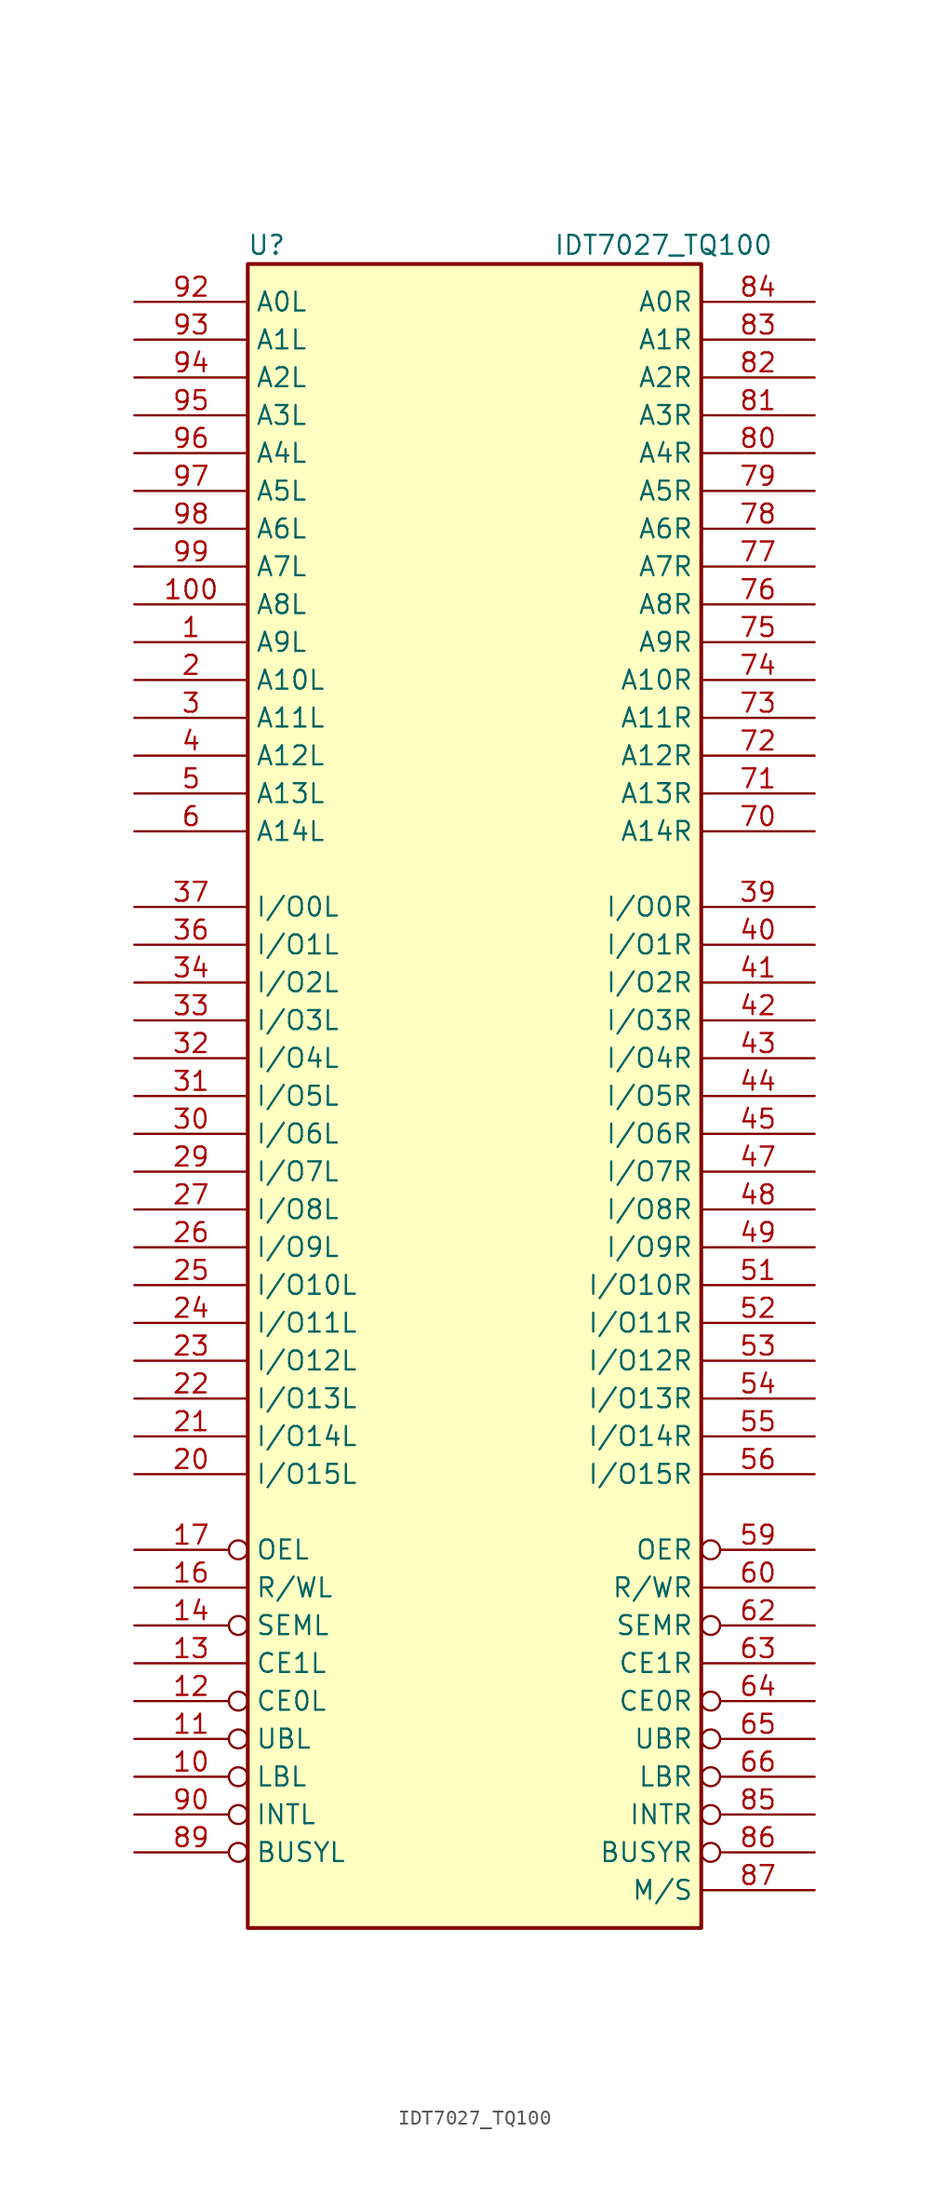
<source format=kicad_sym>
(kicad_symbol_lib
  (version 20201005)
  (generator kicad_symbol_editor)
  (symbol "IDT7027_TQ100"
    (property "Reference" "U"
      (at -13.97 57.15 0)
      (effects (font (size 1.27 1.27))))
    (property "Value" "IDT7027_TQ100"
      (at 12.7 57.15 0)
      (effects (font (size 1.27 1.27))))
    (symbol "IDT7027_TQ100_0_1"
      (rectangle (start -15.24 55.88) (end 15.24 -55.88) (stroke (width 0.254)) (fill (type background))))
    (symbol "IDT7027_TQ100_1_1"
      (pin input line (at -22.86 30.48 0) (length 7.62) (name "A9L" (effects (font (size 1.27 1.27)))) (number "1" (effects (font (size 1.27 1.27)))))
      (pin input inverted (at -22.86 -45.72 0) (length 7.62) (name "LBL" (effects (font (size 1.27 1.27)))) (number "10" (effects (font (size 1.27 1.27)))))
      (pin input line (at -22.86 33.02 0) (length 7.62) (name "A8L" (effects (font (size 1.27 1.27)))) (number "100" (effects (font (size 1.27 1.27)))))
      (pin input inverted (at -22.86 -43.18 0) (length 7.62) (name "UBL" (effects (font (size 1.27 1.27)))) (number "11" (effects (font (size 1.27 1.27)))))
      (pin input inverted (at -22.86 -40.64 0) (length 7.62) (name "CE0L" (effects (font (size 1.27 1.27)))) (number "12" (effects (font (size 1.27 1.27)))))
      (pin input line (at -22.86 -38.1 0) (length 7.62) (name "CE1L" (effects (font (size 1.27 1.27)))) (number "13" (effects (font (size 1.27 1.27)))))
      (pin input inverted (at -22.86 -35.56 0) (length 7.62) (name "SEML" (effects (font (size 1.27 1.27)))) (number "14" (effects (font (size 1.27 1.27)))))
      (pin power_in line (at -2.54 55.88 270) (length 0) hide (name "VCC" (effects (font (size 0.762 0.762)))) (number "15" (effects (font (size 0.762 0.762)))))
      (pin input line (at -22.86 -33.02 0) (length 7.62) (name "R/WL" (effects (font (size 1.27 1.27)))) (number "16" (effects (font (size 1.27 1.27)))))
      (pin input inverted (at -22.86 -30.48 0) (length 7.62) (name "OEL" (effects (font (size 1.27 1.27)))) (number "17" (effects (font (size 1.27 1.27)))))
      (pin power_in line (at -8.89 -55.88 90) (length 0) hide (name "GND" (effects (font (size 0.762 0.762)))) (number "18" (effects (font (size 0.762 0.762)))))
      (pin power_in line (at -6.35 -55.88 90) (length 0) hide (name "GND" (effects (font (size 0.762 0.762)))) (number "19" (effects (font (size 0.762 0.762)))))
      (pin input line (at -22.86 27.94 0) (length 7.62) (name "A10L" (effects (font (size 1.27 1.27)))) (number "2" (effects (font (size 1.27 1.27)))))
      (pin bidirectional line (at -22.86 -25.4 0) (length 7.62) (name "I/O15L" (effects (font (size 1.27 1.27)))) (number "20" (effects (font (size 1.27 1.27)))))
      (pin bidirectional line (at -22.86 -22.86 0) (length 7.62) (name "I/O14L" (effects (font (size 1.27 1.27)))) (number "21" (effects (font (size 1.27 1.27)))))
      (pin bidirectional line (at -22.86 -20.32 0) (length 7.62) (name "I/O13L" (effects (font (size 1.27 1.27)))) (number "22" (effects (font (size 1.27 1.27)))))
      (pin bidirectional line (at -22.86 -17.78 0) (length 7.62) (name "I/O12L" (effects (font (size 1.27 1.27)))) (number "23" (effects (font (size 1.27 1.27)))))
      (pin bidirectional line (at -22.86 -15.24 0) (length 7.62) (name "I/O11L" (effects (font (size 1.27 1.27)))) (number "24" (effects (font (size 1.27 1.27)))))
      (pin bidirectional line (at -22.86 -12.7 0) (length 7.62) (name "I/O10L" (effects (font (size 1.27 1.27)))) (number "25" (effects (font (size 1.27 1.27)))))
      (pin bidirectional line (at -22.86 -10.16 0) (length 7.62) (name "I/O9L" (effects (font (size 1.27 1.27)))) (number "26" (effects (font (size 1.27 1.27)))))
      (pin bidirectional line (at -22.86 -7.62 0) (length 7.62) (name "I/O8L" (effects (font (size 1.27 1.27)))) (number "27" (effects (font (size 1.27 1.27)))))
      (pin power_in line (at 0 55.88 270) (length 0) hide (name "VCC" (effects (font (size 0.762 0.762)))) (number "28" (effects (font (size 0.762 0.762)))))
      (pin bidirectional line (at -22.86 -5.08 0) (length 7.62) (name "I/O7L" (effects (font (size 1.27 1.27)))) (number "29" (effects (font (size 1.27 1.27)))))
      (pin input line (at -22.86 25.4 0) (length 7.62) (name "A11L" (effects (font (size 1.27 1.27)))) (number "3" (effects (font (size 1.27 1.27)))))
      (pin bidirectional line (at -22.86 -2.54 0) (length 7.62) (name "I/O6L" (effects (font (size 1.27 1.27)))) (number "30" (effects (font (size 1.27 1.27)))))
      (pin bidirectional line (at -22.86 0 0) (length 7.62) (name "I/O5L" (effects (font (size 1.27 1.27)))) (number "31" (effects (font (size 1.27 1.27)))))
      (pin bidirectional line (at -22.86 2.54 0) (length 7.62) (name "I/O4L" (effects (font (size 1.27 1.27)))) (number "32" (effects (font (size 1.27 1.27)))))
      (pin bidirectional line (at -22.86 5.08 0) (length 7.62) (name "I/O3L" (effects (font (size 1.27 1.27)))) (number "33" (effects (font (size 1.27 1.27)))))
      (pin bidirectional line (at -22.86 7.62 0) (length 7.62) (name "I/O2L" (effects (font (size 1.27 1.27)))) (number "34" (effects (font (size 1.27 1.27)))))
      (pin power_in line (at -3.81 -55.88 90) (length 0) hide (name "GND" (effects (font (size 0.762 0.762)))) (number "35" (effects (font (size 0.762 0.762)))))
      (pin bidirectional line (at -22.86 10.16 0) (length 7.62) (name "I/O1L" (effects (font (size 1.27 1.27)))) (number "36" (effects (font (size 1.27 1.27)))))
      (pin bidirectional line (at -22.86 12.7 0) (length 7.62) (name "I/O0L" (effects (font (size 1.27 1.27)))) (number "37" (effects (font (size 1.27 1.27)))))
      (pin power_in line (at -1.27 -55.88 90) (length 0) hide (name "GND" (effects (font (size 0.762 0.762)))) (number "38" (effects (font (size 0.762 0.762)))))
      (pin bidirectional line (at 22.86 12.7 180) (length 7.62) (name "I/O0R" (effects (font (size 1.27 1.27)))) (number "39" (effects (font (size 1.27 1.27)))))
      (pin input line (at -22.86 22.86 0) (length 7.62) (name "A12L" (effects (font (size 1.27 1.27)))) (number "4" (effects (font (size 1.27 1.27)))))
      (pin bidirectional line (at 22.86 10.16 180) (length 7.62) (name "I/O1R" (effects (font (size 1.27 1.27)))) (number "40" (effects (font (size 1.27 1.27)))))
      (pin bidirectional line (at 22.86 7.62 180) (length 7.62) (name "I/O2R" (effects (font (size 1.27 1.27)))) (number "41" (effects (font (size 1.27 1.27)))))
      (pin bidirectional line (at 22.86 5.08 180) (length 7.62) (name "I/O3R" (effects (font (size 1.27 1.27)))) (number "42" (effects (font (size 1.27 1.27)))))
      (pin bidirectional line (at 22.86 2.54 180) (length 7.62) (name "I/O4R" (effects (font (size 1.27 1.27)))) (number "43" (effects (font (size 1.27 1.27)))))
      (pin bidirectional line (at 22.86 0 180) (length 7.62) (name "I/O5R" (effects (font (size 1.27 1.27)))) (number "44" (effects (font (size 1.27 1.27)))))
      (pin bidirectional line (at 22.86 -2.54 180) (length 7.62) (name "I/O6R" (effects (font (size 1.27 1.27)))) (number "45" (effects (font (size 1.27 1.27)))))
      (pin power_in line (at 2.54 55.88 270) (length 0) hide (name "VCC" (effects (font (size 0.762 0.762)))) (number "46" (effects (font (size 0.762 0.762)))))
      (pin bidirectional line (at 22.86 -5.08 180) (length 7.62) (name "I/O7R" (effects (font (size 1.27 1.27)))) (number "47" (effects (font (size 1.27 1.27)))))
      (pin bidirectional line (at 22.86 -7.62 180) (length 7.62) (name "I/O8R" (effects (font (size 1.27 1.27)))) (number "48" (effects (font (size 1.27 1.27)))))
      (pin bidirectional line (at 22.86 -10.16 180) (length 7.62) (name "I/O9R" (effects (font (size 1.27 1.27)))) (number "49" (effects (font (size 1.27 1.27)))))
      (pin input line (at -22.86 20.32 0) (length 7.62) (name "A13L" (effects (font (size 1.27 1.27)))) (number "5" (effects (font (size 1.27 1.27)))))
      (pin bidirectional line (at 22.86 -12.7 180) (length 7.62) (name "I/O10R" (effects (font (size 1.27 1.27)))) (number "51" (effects (font (size 1.27 1.27)))))
      (pin bidirectional line (at 22.86 -15.24 180) (length 7.62) (name "I/O11R" (effects (font (size 1.27 1.27)))) (number "52" (effects (font (size 1.27 1.27)))))
      (pin bidirectional line (at 22.86 -17.78 180) (length 7.62) (name "I/O12R" (effects (font (size 1.27 1.27)))) (number "53" (effects (font (size 1.27 1.27)))))
      (pin bidirectional line (at 22.86 -20.32 180) (length 7.62) (name "I/O13R" (effects (font (size 1.27 1.27)))) (number "54" (effects (font (size 1.27 1.27)))))
      (pin bidirectional line (at 22.86 -22.86 180) (length 7.62) (name "I/O14R" (effects (font (size 1.27 1.27)))) (number "55" (effects (font (size 1.27 1.27)))))
      (pin bidirectional line (at 22.86 -25.4 180) (length 7.62) (name "I/O15R" (effects (font (size 1.27 1.27)))) (number "56" (effects (font (size 1.27 1.27)))))
      (pin power_in line (at 1.27 -55.88 90) (length 0) hide (name "GND" (effects (font (size 0.762 0.762)))) (number "57" (effects (font (size 0.762 0.762)))))
      (pin power_in line (at 3.81 -55.88 90) (length 0) hide (name "GND" (effects (font (size 0.762 0.762)))) (number "58" (effects (font (size 0.762 0.762)))))
      (pin input inverted (at 22.86 -30.48 180) (length 7.62) (name "OER" (effects (font (size 1.27 1.27)))) (number "59" (effects (font (size 1.27 1.27)))))
      (pin input line (at -22.86 17.78 0) (length 7.62) (name "A14L" (effects (font (size 1.27 1.27)))) (number "6" (effects (font (size 1.27 1.27)))))
      (pin input line (at 22.86 -33.02 180) (length 7.62) (name "R/WR" (effects (font (size 1.27 1.27)))) (number "60" (effects (font (size 1.27 1.27)))))
      (pin power_in line (at 6.35 -55.88 90) (length 0) hide (name "GND" (effects (font (size 0.762 0.762)))) (number "61" (effects (font (size 0.762 0.762)))))
      (pin input inverted (at 22.86 -35.56 180) (length 7.62) (name "SEMR" (effects (font (size 1.27 1.27)))) (number "62" (effects (font (size 1.27 1.27)))))
      (pin input line (at 22.86 -38.1 180) (length 7.62) (name "CE1R" (effects (font (size 1.27 1.27)))) (number "63" (effects (font (size 1.27 1.27)))))
      (pin input inverted (at 22.86 -40.64 180) (length 7.62) (name "CE0R" (effects (font (size 1.27 1.27)))) (number "64" (effects (font (size 1.27 1.27)))))
      (pin input inverted (at 22.86 -43.18 180) (length 7.62) (name "UBR" (effects (font (size 1.27 1.27)))) (number "65" (effects (font (size 1.27 1.27)))))
      (pin input inverted (at 22.86 -45.72 180) (length 7.62) (name "LBR" (effects (font (size 1.27 1.27)))) (number "66" (effects (font (size 1.27 1.27)))))
      (pin input line (at 22.86 17.78 180) (length 7.62) (name "A14R" (effects (font (size 1.27 1.27)))) (number "70" (effects (font (size 1.27 1.27)))))
      (pin input line (at 22.86 20.32 180) (length 7.62) (name "A13R" (effects (font (size 1.27 1.27)))) (number "71" (effects (font (size 1.27 1.27)))))
      (pin input line (at 22.86 22.86 180) (length 7.62) (name "A12R" (effects (font (size 1.27 1.27)))) (number "72" (effects (font (size 1.27 1.27)))))
      (pin input line (at 22.86 25.4 180) (length 7.62) (name "A11R" (effects (font (size 1.27 1.27)))) (number "73" (effects (font (size 1.27 1.27)))))
      (pin input line (at 22.86 27.94 180) (length 7.62) (name "A10R" (effects (font (size 1.27 1.27)))) (number "74" (effects (font (size 1.27 1.27)))))
      (pin input line (at 22.86 30.48 180) (length 7.62) (name "A9R" (effects (font (size 1.27 1.27)))) (number "75" (effects (font (size 1.27 1.27)))))
      (pin input line (at 22.86 33.02 180) (length 7.62) (name "A8R" (effects (font (size 1.27 1.27)))) (number "76" (effects (font (size 1.27 1.27)))))
      (pin input line (at 22.86 35.56 180) (length 7.62) (name "A7R" (effects (font (size 1.27 1.27)))) (number "77" (effects (font (size 1.27 1.27)))))
      (pin input line (at 22.86 38.1 180) (length 7.62) (name "A6R" (effects (font (size 1.27 1.27)))) (number "78" (effects (font (size 1.27 1.27)))))
      (pin input line (at 22.86 40.64 180) (length 7.62) (name "A5R" (effects (font (size 1.27 1.27)))) (number "79" (effects (font (size 1.27 1.27)))))
      (pin input line (at 22.86 43.18 180) (length 7.62) (name "A4R" (effects (font (size 1.27 1.27)))) (number "80" (effects (font (size 1.27 1.27)))))
      (pin input line (at 22.86 45.72 180) (length 7.62) (name "A3R" (effects (font (size 1.27 1.27)))) (number "81" (effects (font (size 1.27 1.27)))))
      (pin input line (at 22.86 48.26 180) (length 7.62) (name "A2R" (effects (font (size 1.27 1.27)))) (number "82" (effects (font (size 1.27 1.27)))))
      (pin input line (at 22.86 50.8 180) (length 7.62) (name "A1R" (effects (font (size 1.27 1.27)))) (number "83" (effects (font (size 1.27 1.27)))))
      (pin input line (at 22.86 53.34 180) (length 7.62) (name "A0R" (effects (font (size 1.27 1.27)))) (number "84" (effects (font (size 1.27 1.27)))))
      (pin output inverted (at 22.86 -48.26 180) (length 7.62) (name "INTR" (effects (font (size 1.27 1.27)))) (number "85" (effects (font (size 1.27 1.27)))))
      (pin bidirectional inverted (at 22.86 -50.8 180) (length 7.62) (name "BUSYR" (effects (font (size 1.27 1.27)))) (number "86" (effects (font (size 1.27 1.27)))))
      (pin input line (at 22.86 -53.34 180) (length 7.62) (name "M/S" (effects (font (size 1.27 1.27)))) (number "87" (effects (font (size 1.27 1.27)))))
      (pin power_in line (at 8.89 -55.88 90) (length 0) hide (name "GND" (effects (font (size 0.762 0.762)))) (number "88" (effects (font (size 0.762 0.762)))))
      (pin bidirectional inverted (at -22.86 -50.8 0) (length 7.62) (name "BUSYL" (effects (font (size 1.27 1.27)))) (number "89" (effects (font (size 1.27 1.27)))))
      (pin output inverted (at -22.86 -48.26 0) (length 7.62) (name "INTL" (effects (font (size 1.27 1.27)))) (number "90" (effects (font (size 1.27 1.27)))))
      (pin input line (at -22.86 53.34 0) (length 7.62) (name "A0L" (effects (font (size 1.27 1.27)))) (number "92" (effects (font (size 1.27 1.27)))))
      (pin input line (at -22.86 50.8 0) (length 7.62) (name "A1L" (effects (font (size 1.27 1.27)))) (number "93" (effects (font (size 1.27 1.27)))))
      (pin input line (at -22.86 48.26 0) (length 7.62) (name "A2L" (effects (font (size 1.27 1.27)))) (number "94" (effects (font (size 1.27 1.27)))))
      (pin input line (at -22.86 45.72 0) (length 7.62) (name "A3L" (effects (font (size 1.27 1.27)))) (number "95" (effects (font (size 1.27 1.27)))))
      (pin input line (at -22.86 43.18 0) (length 7.62) (name "A4L" (effects (font (size 1.27 1.27)))) (number "96" (effects (font (size 1.27 1.27)))))
      (pin input line (at -22.86 40.64 0) (length 7.62) (name "A5L" (effects (font (size 1.27 1.27)))) (number "97" (effects (font (size 1.27 1.27)))))
      (pin input line (at -22.86 38.1 0) (length 7.62) (name "A6L" (effects (font (size 1.27 1.27)))) (number "98" (effects (font (size 1.27 1.27)))))
      (pin input line (at -22.86 35.56 0) (length 7.62) (name "A7L" (effects (font (size 1.27 1.27)))) (number "99" (effects (font (size 1.27 1.27))))))))
</source>
